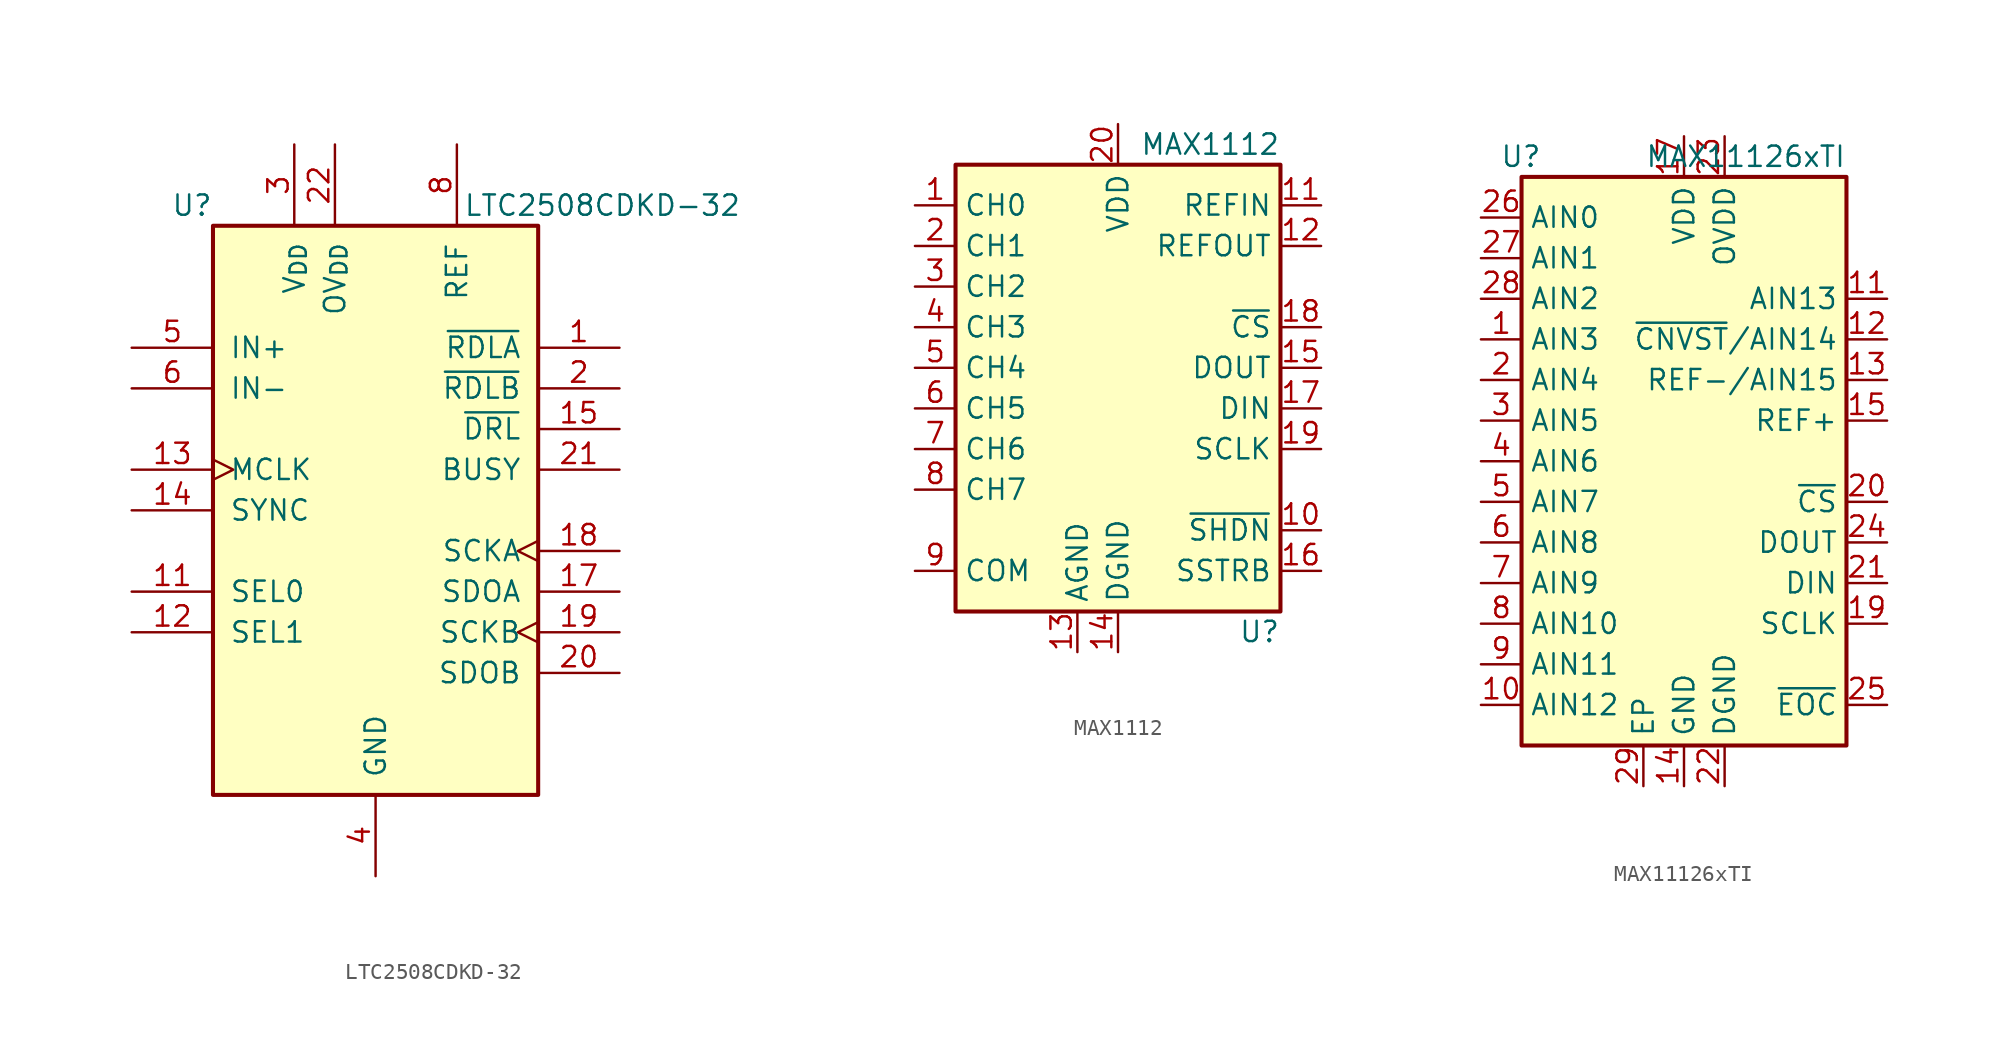
<source format=kicad_sym>
(kicad_symbol_lib
  (version 20241209)
  (generator "kicad_symbol_editor")
  (generator_version "9.0")
  (symbol "LTC2508CDKD-32"
    (pin_names
      (offset 1.016))
    (property "Reference" "U"
      (at -10.16 19.05 0)
      (effects (font (size 1.27 1.27)) (justify right)))
    (property "Value" "LTC2508CDKD-32"
      (at 22.86 19.05 0)
      (effects (font (size 1.27 1.27)) (justify right)))
    (symbol "LTC2508CDKD-32_0_1"
      (rectangle (start -10.16 17.78) (end 10.16 -17.78) (stroke (width 0.254) (type default)) (fill (type background))))
    (symbol "LTC2508CDKD-32_1_1"
      (pin input line (at -15.24 10.16 0) (length 5.08) (name "IN+" (effects (font (size 1.27 1.27)))) (number "5" (effects (font (size 1.27 1.27)))))
      (pin input line (at -15.24 7.62 0) (length 5.08) (name "IN-" (effects (font (size 1.27 1.27)))) (number "6" (effects (font (size 1.27 1.27)))))
      (pin input clock (at -15.24 2.54 0) (length 5.08) (name "MCLK" (effects (font (size 1.27 1.27)))) (number "13" (effects (font (size 1.27 1.27)))))
      (pin input line (at -15.24 0 0) (length 5.08) (name "SYNC" (effects (font (size 1.27 1.27)))) (number "14" (effects (font (size 1.27 1.27)))))
      (pin input line (at -15.24 -5.08 0) (length 5.08) (name "SEL0" (effects (font (size 1.27 1.27)))) (number "11" (effects (font (size 1.27 1.27)))))
      (pin input line (at -15.24 -7.62 0) (length 5.08) (name "SEL1" (effects (font (size 1.27 1.27)))) (number "12" (effects (font (size 1.27 1.27)))))
      (pin power_in line (at -5.08 22.86 270) (length 5.08) (name "V_{DD}" (effects (font (size 1.27 1.27)))) (number "3" (effects (font (size 1.27 1.27)))))
      (pin power_in line (at -2.54 22.86 270) (length 5.08) (name "OV_{DD}" (effects (font (size 1.27 1.27)))) (number "22" (effects (font (size 1.27 1.27)))))
      (pin passive line (at 0 -22.86 90) (length 5.08) (hide yes) (name "GND" (effects (font (size 1.27 1.27)))) (number "16" (effects (font (size 1.27 1.27)))))
      (pin passive line (at 0 -22.86 90) (length 5.08) (hide yes) (name "GND" (effects (font (size 1.27 1.27)))) (number "23" (effects (font (size 1.27 1.27)))))
      (pin passive line (at 0 -22.86 90) (length 5.08) (hide yes) (name "GND" (effects (font (size 1.27 1.27)))) (number "24" (effects (font (size 1.27 1.27)))))
      (pin passive line (at 0 -22.86 90) (length 5.08) (hide yes) (name "GND" (effects (font (size 1.27 1.27)))) (number "25" (effects (font (size 1.27 1.27)))))
      (pin power_in line (at 0 -22.86 90) (length 5.08) (name "GND" (effects (font (size 1.27 1.27)))) (number "4" (effects (font (size 1.27 1.27)))))
      (pin passive line (at 0 -22.86 90) (length 5.08) (hide yes) (name "GND" (effects (font (size 1.27 1.27)))) (number "7" (effects (font (size 1.27 1.27)))))
      (pin passive line (at 5.08 22.86 270) (length 5.08) (hide yes) (name "REF" (effects (font (size 1.27 1.27)))) (number "10" (effects (font (size 1.27 1.27)))))
      (pin passive line (at 5.08 22.86 270) (length 5.08) (name "REF" (effects (font (size 1.27 1.27)))) (number "8" (effects (font (size 1.27 1.27)))))
      (pin passive line (at 5.08 22.86 270) (length 5.08) (hide yes) (name "REF" (effects (font (size 1.27 1.27)))) (number "9" (effects (font (size 1.27 1.27)))))
      (pin input line (at 15.24 10.16 180) (length 5.08) (name "~{RDLA}" (effects (font (size 1.27 1.27)))) (number "1" (effects (font (size 1.27 1.27)))))
      (pin input line (at 15.24 7.62 180) (length 5.08) (name "~{RDLB}" (effects (font (size 1.27 1.27)))) (number "2" (effects (font (size 1.27 1.27)))))
      (pin output line (at 15.24 5.08 180) (length 5.08) (name "~{DRL}" (effects (font (size 1.27 1.27)))) (number "15" (effects (font (size 1.27 1.27)))))
      (pin output line (at 15.24 2.54 180) (length 5.08) (name "BUSY" (effects (font (size 1.27 1.27)))) (number "21" (effects (font (size 1.27 1.27)))))
      (pin input clock (at 15.24 -2.54 180) (length 5.08) (name "SCKA" (effects (font (size 1.27 1.27)))) (number "18" (effects (font (size 1.27 1.27)))))
      (pin tri_state line (at 15.24 -5.08 180) (length 5.08) (name "SDOA" (effects (font (size 1.27 1.27)))) (number "17" (effects (font (size 1.27 1.27)))))
      (pin input clock (at 15.24 -7.62 180) (length 5.08) (name "SCKB" (effects (font (size 1.27 1.27)))) (number "19" (effects (font (size 1.27 1.27)))))
      (pin tri_state line (at 15.24 -10.16 180) (length 5.08) (name "SDOB" (effects (font (size 1.27 1.27)))) (number "20" (effects (font (size 1.27 1.27)))))))
  (symbol "MAX1112"
    (property "Reference" "U"
      (at 10.16 -13.97 0)
      (effects (font (size 1.27 1.27)) (justify right)))
    (property "Value" "MAX1112"
      (at 10.16 16.51 0)
      (effects (font (size 1.27 1.27)) (justify right)))
    (symbol "MAX1112_0_1"
      (rectangle (start 10.16 15.24) (end -10.16 -12.7) (stroke (width 0.254) (type default)) (fill (type background))))
    (symbol "MAX1112_1_1"
      (pin input line (at -12.7 12.7 0) (length 2.54) (name "CH0" (effects (font (size 1.27 1.27)))) (number "1" (effects (font (size 1.27 1.27)))))
      (pin input line (at -12.7 10.16 0) (length 2.54) (name "CH1" (effects (font (size 1.27 1.27)))) (number "2" (effects (font (size 1.27 1.27)))))
      (pin input line (at -12.7 7.62 0) (length 2.54) (name "CH2" (effects (font (size 1.27 1.27)))) (number "3" (effects (font (size 1.27 1.27)))))
      (pin input line (at -12.7 5.08 0) (length 2.54) (name "CH3" (effects (font (size 1.27 1.27)))) (number "4" (effects (font (size 1.27 1.27)))))
      (pin input line (at -12.7 2.54 0) (length 2.54) (name "CH4" (effects (font (size 1.27 1.27)))) (number "5" (effects (font (size 1.27 1.27)))))
      (pin input line (at -12.7 0 0) (length 2.54) (name "CH5" (effects (font (size 1.27 1.27)))) (number "6" (effects (font (size 1.27 1.27)))))
      (pin input line (at -12.7 -2.54 0) (length 2.54) (name "CH6" (effects (font (size 1.27 1.27)))) (number "7" (effects (font (size 1.27 1.27)))))
      (pin input line (at -12.7 -5.08 0) (length 2.54) (name "CH7" (effects (font (size 1.27 1.27)))) (number "8" (effects (font (size 1.27 1.27)))))
      (pin power_in line (at -12.7 -10.16 0) (length 2.54) (name "COM" (effects (font (size 1.27 1.27)))) (number "9" (effects (font (size 1.27 1.27)))))
      (pin power_in line (at -2.54 -15.24 90) (length 2.54) (name "AGND" (effects (font (size 1.27 1.27)))) (number "13" (effects (font (size 1.27 1.27)))))
      (pin power_in line (at 0 17.78 270) (length 2.54) (name "VDD" (effects (font (size 1.27 1.27)))) (number "20" (effects (font (size 1.27 1.27)))))
      (pin power_in line (at 0 -15.24 90) (length 2.54) (name "DGND" (effects (font (size 1.27 1.27)))) (number "14" (effects (font (size 1.27 1.27)))))
      (pin power_in line (at 12.7 12.7 180) (length 2.54) (name "REFIN" (effects (font (size 1.27 1.27)))) (number "11" (effects (font (size 1.27 1.27)))))
      (pin power_out line (at 12.7 10.16 180) (length 2.54) (name "REFOUT" (effects (font (size 1.27 1.27)))) (number "12" (effects (font (size 1.27 1.27)))))
      (pin input line (at 12.7 5.08 180) (length 2.54) (name "~{CS}" (effects (font (size 1.27 1.27)))) (number "18" (effects (font (size 1.27 1.27)))))
      (pin output line (at 12.7 2.54 180) (length 2.54) (name "DOUT" (effects (font (size 1.27 1.27)))) (number "15" (effects (font (size 1.27 1.27)))))
      (pin input line (at 12.7 0 180) (length 2.54) (name "DIN" (effects (font (size 1.27 1.27)))) (number "17" (effects (font (size 1.27 1.27)))))
      (pin input line (at 12.7 -2.54 180) (length 2.54) (name "SCLK" (effects (font (size 1.27 1.27)))) (number "19" (effects (font (size 1.27 1.27)))))
      (pin input line (at 12.7 -7.62 180) (length 2.54) (name "~{SHDN}" (effects (font (size 1.27 1.27)))) (number "10" (effects (font (size 1.27 1.27)))))
      (pin output line (at 12.7 -10.16 180) (length 2.54) (name "SSTRB" (effects (font (size 1.27 1.27)))) (number "16" (effects (font (size 1.27 1.27)))))))
  (symbol "MAX11126xTI"
    (property "Reference" "U"
      (at -8.89 19.05 0)
      (effects (font (size 1.27 1.27)) (justify right)))
    (property "Value" "MAX11126xTI"
      (at 10.16 19.05 0)
      (effects (font (size 1.27 1.27)) (justify right)))
    (symbol "MAX11126xTI_0_1"
      (rectangle (start 10.16 17.78) (end -10.16 -17.78) (stroke (width 0.254) (type default)) (fill (type background))))
    (symbol "MAX11126xTI_1_1"
      (pin input line (at -12.7 15.24 0) (length 2.54) (name "AIN0" (effects (font (size 1.27 1.27)))) (number "26" (effects (font (size 1.27 1.27)))))
      (pin input line (at -12.7 12.7 0) (length 2.54) (name "AIN1" (effects (font (size 1.27 1.27)))) (number "27" (effects (font (size 1.27 1.27)))))
      (pin input line (at -12.7 10.16 0) (length 2.54) (name "AIN2" (effects (font (size 1.27 1.27)))) (number "28" (effects (font (size 1.27 1.27)))))
      (pin input line (at -12.7 7.62 0) (length 2.54) (name "AIN3" (effects (font (size 1.27 1.27)))) (number "1" (effects (font (size 1.27 1.27)))))
      (pin input line (at -12.7 5.08 0) (length 2.54) (name "AIN4" (effects (font (size 1.27 1.27)))) (number "2" (effects (font (size 1.27 1.27)))))
      (pin input line (at -12.7 2.54 0) (length 2.54) (name "AIN5" (effects (font (size 1.27 1.27)))) (number "3" (effects (font (size 1.27 1.27)))))
      (pin input line (at -12.7 0 0) (length 2.54) (name "AIN6" (effects (font (size 1.27 1.27)))) (number "4" (effects (font (size 1.27 1.27)))))
      (pin input line (at -12.7 -2.54 0) (length 2.54) (name "AIN7" (effects (font (size 1.27 1.27)))) (number "5" (effects (font (size 1.27 1.27)))))
      (pin input line (at -12.7 -5.08 0) (length 2.54) (name "AIN8" (effects (font (size 1.27 1.27)))) (number "6" (effects (font (size 1.27 1.27)))))
      (pin input line (at -12.7 -7.62 0) (length 2.54) (name "AIN9" (effects (font (size 1.27 1.27)))) (number "7" (effects (font (size 1.27 1.27)))))
      (pin input line (at -12.7 -10.16 0) (length 2.54) (name "AIN10" (effects (font (size 1.27 1.27)))) (number "8" (effects (font (size 1.27 1.27)))))
      (pin input line (at -12.7 -12.7 0) (length 2.54) (name "AIN11" (effects (font (size 1.27 1.27)))) (number "9" (effects (font (size 1.27 1.27)))))
      (pin input line (at -12.7 -15.24 0) (length 2.54) (name "AIN12" (effects (font (size 1.27 1.27)))) (number "10" (effects (font (size 1.27 1.27)))))
      (pin power_in line (at -2.54 -20.32 90) (length 2.54) (name "EP" (effects (font (size 1.27 1.27)))) (number "29" (effects (font (size 1.27 1.27)))))
      (pin power_in line (at 0 20.32 270) (length 2.54) (name "VDD" (effects (font (size 1.27 1.27)))) (number "17" (effects (font (size 1.27 1.27)))))
      (pin passive line (at 0 20.32 270) (length 2.54) (hide yes) (name "VDD" (effects (font (size 1.27 1.27)))) (number "18" (effects (font (size 1.27 1.27)))))
      (pin power_in line (at 0 -20.32 90) (length 2.54) (name "GND" (effects (font (size 1.27 1.27)))) (number "14" (effects (font (size 1.27 1.27)))))
      (pin passive line (at 0 -20.32 90) (length 2.54) (hide yes) (name "GND" (effects (font (size 1.27 1.27)))) (number "16" (effects (font (size 1.27 1.27)))))
      (pin power_in line (at 2.54 20.32 270) (length 2.54) (name "OVDD" (effects (font (size 1.27 1.27)))) (number "23" (effects (font (size 1.27 1.27)))))
      (pin power_in line (at 2.54 -20.32 90) (length 2.54) (name "DGND" (effects (font (size 1.27 1.27)))) (number "22" (effects (font (size 1.27 1.27)))))
      (pin input line (at 12.7 10.16 180) (length 2.54) (name "AIN13" (effects (font (size 1.27 1.27)))) (number "11" (effects (font (size 1.27 1.27)))))
      (pin input line (at 12.7 7.62 180) (length 2.54) (name "~{CNVST}/AIN14" (effects (font (size 1.27 1.27)))) (number "12" (effects (font (size 1.27 1.27)))))
      (pin input line (at 12.7 5.08 180) (length 2.54) (name "REF-/AIN15" (effects (font (size 1.27 1.27)))) (number "13" (effects (font (size 1.27 1.27)))))
      (pin input line (at 12.7 2.54 180) (length 2.54) (name "REF+" (effects (font (size 1.27 1.27)))) (number "15" (effects (font (size 1.27 1.27)))))
      (pin input line (at 12.7 -2.54 180) (length 2.54) (name "~{CS}" (effects (font (size 1.27 1.27)))) (number "20" (effects (font (size 1.27 1.27)))))
      (pin output line (at 12.7 -5.08 180) (length 2.54) (name "DOUT" (effects (font (size 1.27 1.27)))) (number "24" (effects (font (size 1.27 1.27)))))
      (pin input line (at 12.7 -7.62 180) (length 2.54) (name "DIN" (effects (font (size 1.27 1.27)))) (number "21" (effects (font (size 1.27 1.27)))))
      (pin input line (at 12.7 -10.16 180) (length 2.54) (name "SCLK" (effects (font (size 1.27 1.27)))) (number "19" (effects (font (size 1.27 1.27)))))
      (pin output line (at 12.7 -15.24 180) (length 2.54) (name "~{EOC}" (effects (font (size 1.27 1.27)))) (number "25" (effects (font (size 1.27 1.27))))))))
</source>
